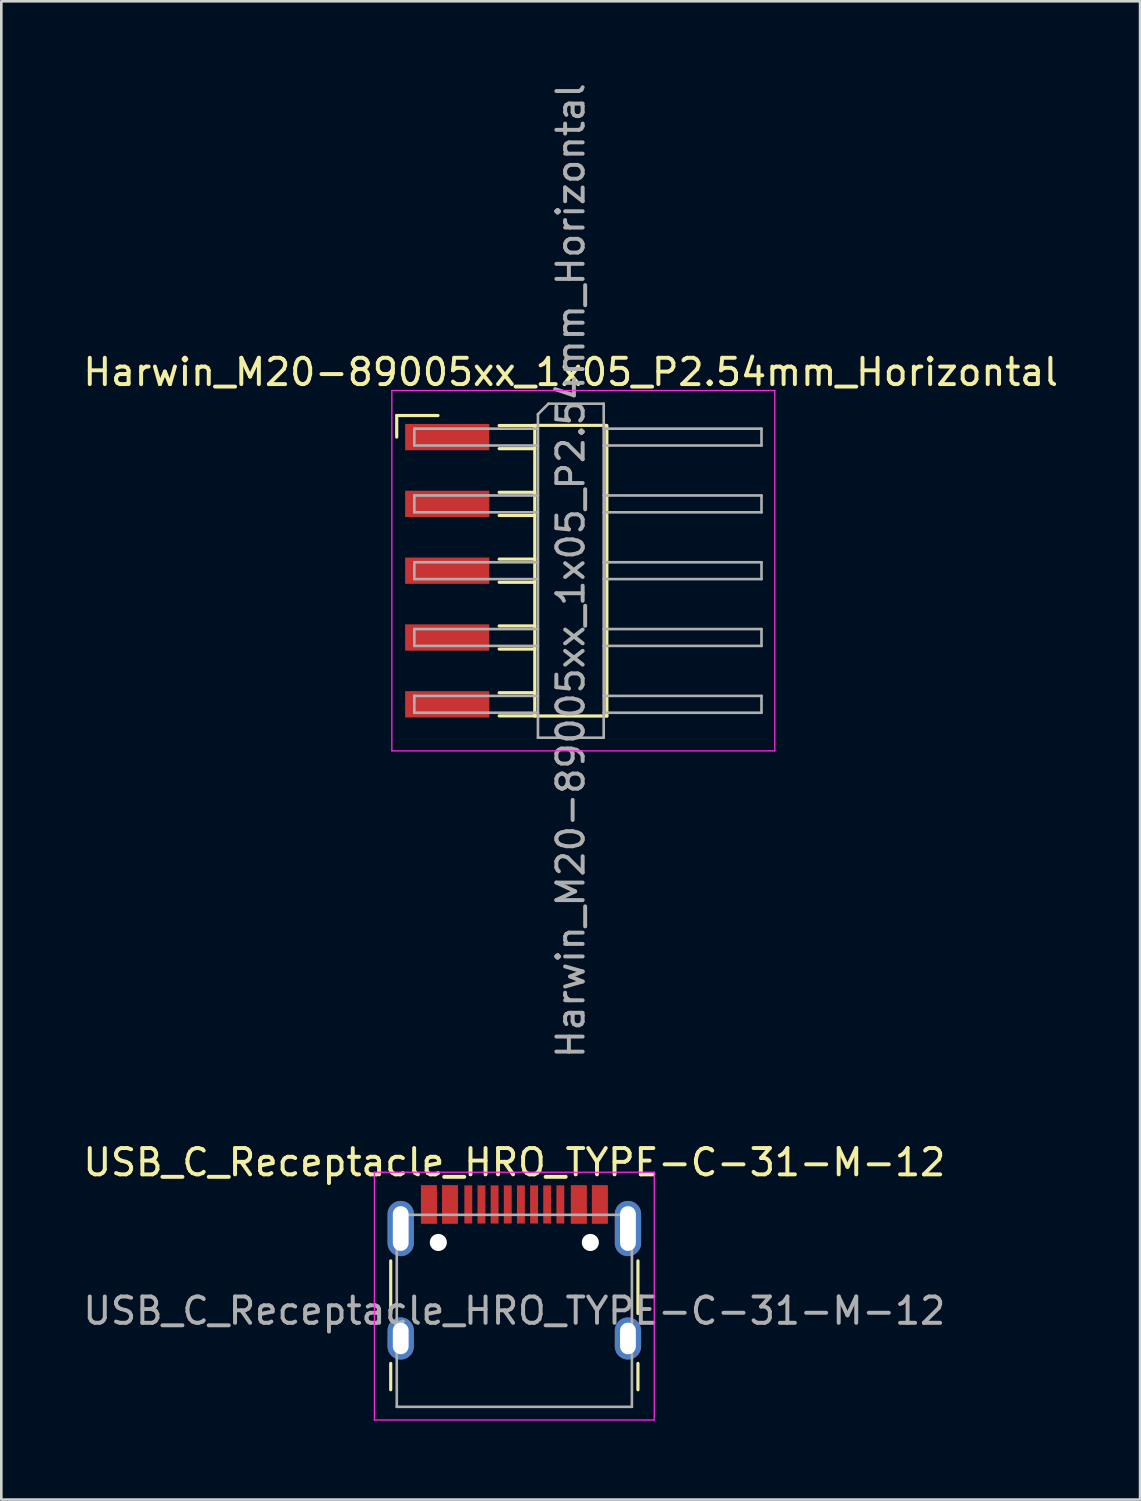
<source format=kicad_pcb>
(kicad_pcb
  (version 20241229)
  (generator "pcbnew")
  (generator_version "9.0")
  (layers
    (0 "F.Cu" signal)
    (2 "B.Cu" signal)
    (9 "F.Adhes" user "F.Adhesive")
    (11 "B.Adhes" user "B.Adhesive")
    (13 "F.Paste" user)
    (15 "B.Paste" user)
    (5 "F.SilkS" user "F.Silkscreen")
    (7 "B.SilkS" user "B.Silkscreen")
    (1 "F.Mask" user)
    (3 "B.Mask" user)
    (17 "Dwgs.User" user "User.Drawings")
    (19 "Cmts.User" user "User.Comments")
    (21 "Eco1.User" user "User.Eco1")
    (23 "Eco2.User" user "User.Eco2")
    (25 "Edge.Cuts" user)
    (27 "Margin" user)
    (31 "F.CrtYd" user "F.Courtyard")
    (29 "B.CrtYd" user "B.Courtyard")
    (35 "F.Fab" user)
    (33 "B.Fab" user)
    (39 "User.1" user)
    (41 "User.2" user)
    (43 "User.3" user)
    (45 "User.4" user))
  (footprint "USB_C_Receptacle_HRO_TYPE-C-31-M-12"
    (layer "F.Cu")
    (at 16.506 46.791)
    (property "Reference" "USB_C_Receptacle_HRO_TYPE-C-31-M-12" (at 0 -5.645 0) (layer "F.SilkS") (effects (font (size 1 1) (thickness 0.15))))
    (attr smd)
    (fp_line (start -4.7 -1.9) (end -4.7 0.1) (stroke (width 0.12) (type solid)) (layer "F.SilkS"))
    (fp_line (start -4.7 2) (end -4.7 3) (stroke (width 0.12) (type solid)) (layer "F.SilkS"))
    (fp_line (start 4.7 -1.9) (end 4.7 0.1) (stroke (width 0.12) (type solid)) (layer "F.SilkS"))
    (fp_line (start 4.7 2) (end 4.7 3) (stroke (width 0.12) (type solid)) (layer "F.SilkS"))
    (fp_line (start -5.32 -5.27) (end -5.32 4.15) (stroke (width 0.05) (type solid)) (layer "F.CrtYd"))
    (fp_line (start -5.32 -5.27) (end 5.32 -5.27) (stroke (width 0.05) (type solid)) (layer "F.CrtYd"))
    (fp_line (start -5.32 4.15) (end 5.32 4.15) (stroke (width 0.05) (type solid)) (layer "F.CrtYd"))
    (fp_line (start 5.32 -5.27) (end 5.32 4.15) (stroke (width 0.05) (type solid)) (layer "F.CrtYd"))
    (fp_line (start -4.47 -3.65) (end -4.47 3.65) (stroke (width 0.1) (type solid)) (layer "F.Fab"))
    (fp_line (start -4.47 -3.65) (end 4.47 -3.65) (stroke (width 0.1) (type solid)) (layer "F.Fab"))
    (fp_line (start -4.47 3.65) (end 4.47 3.65) (stroke (width 0.1) (type solid)) (layer "F.Fab"))
    (fp_line (start 4.47 -3.65) (end 4.47 3.65) (stroke (width 0.1) (type solid)) (layer "F.Fab"))
    (fp_text user "${REFERENCE}" (at 0 0 0) (layer "F.Fab") (effects (font (size 1 1) (thickness 0.15))))
    (pad "" np_thru_hole circle (at -2.89 -2.6) (size 0.65 0.65) (drill 0.65) (layers "*.Cu" "*.Mask"))
    (pad "" np_thru_hole circle (at 2.89 -2.6) (size 0.65 0.65) (drill 0.65) (layers "*.Cu" "*.Mask"))
    (pad "A1" smd rect (at -3.25 -4.045) (size 0.6 1.45) (layers "F.Cu" "F.Mask" "F.Paste"))
    (pad "A4" smd rect (at -2.45 -4.045) (size 0.6 1.45) (layers "F.Cu" "F.Mask" "F.Paste"))
    (pad "A5" smd rect (at -1.25 -4.045) (size 0.3 1.45) (layers "F.Cu" "F.Mask" "F.Paste"))
    (pad "A6" smd rect (at -0.25 -4.045) (size 0.3 1.45) (layers "F.Cu" "F.Mask" "F.Paste"))
    (pad "A7" smd rect (at 0.25 -4.045) (size 0.3 1.45) (layers "F.Cu" "F.Mask" "F.Paste"))
    (pad "A8" smd rect (at 1.25 -4.045) (size 0.3 1.45) (layers "F.Cu" "F.Mask" "F.Paste"))
    (pad "A9" smd rect (at 2.45 -4.045) (size 0.6 1.45) (layers "F.Cu" "F.Mask" "F.Paste"))
    (pad "A12" smd rect (at 3.25 -4.045) (size 0.6 1.45) (layers "F.Cu" "F.Mask" "F.Paste"))
    (pad "B1" smd rect (at 3.25 -4.045) (size 0.6 1.45) (layers "F.Cu" "F.Mask" "F.Paste"))
    (pad "B4" smd rect (at 2.45 -4.045) (size 0.6 1.45) (layers "F.Cu" "F.Mask" "F.Paste"))
    (pad "B5" smd rect (at 1.75 -4.045) (size 0.3 1.45) (layers "F.Cu" "F.Mask" "F.Paste"))
    (pad "B6" smd rect (at 0.75 -4.045) (size 0.3 1.45) (layers "F.Cu" "F.Mask" "F.Paste"))
    (pad "B7" smd rect (at -0.75 -4.045) (size 0.3 1.45) (layers "F.Cu" "F.Mask" "F.Paste"))
    (pad "B8" smd rect (at -1.75 -4.045) (size 0.3 1.45) (layers "F.Cu" "F.Mask" "F.Paste"))
    (pad "B9" smd rect (at -2.45 -4.045) (size 0.6 1.45) (layers "F.Cu" "F.Mask" "F.Paste"))
    (pad "B12" smd rect (at -3.25 -4.045) (size 0.6 1.45) (layers "F.Cu" "F.Mask" "F.Paste"))
    (pad "S1" thru_hole oval (at -4.32 -3.13) (size 1 2.1) (drill oval 0.6 1.7) (layers "*.Cu" "*.Mask"))
    (pad "S1" thru_hole oval (at -4.32 1.05) (size 1 1.6) (drill oval 0.6 1.2) (layers "*.Cu" "*.Mask"))
    (pad "S1" thru_hole oval (at 4.32 -3.13) (size 1 2.1) (drill oval 0.6 1.7) (layers "*.Cu" "*.Mask"))
    (pad "S1" thru_hole oval (at 4.32 1.05) (size 1 1.6) (drill oval 0.6 1.2) (layers "*.Cu" "*.Mask")))
  (footprint "Harwin_M20-89005xx_1x05_P2.54mm_Horizontal"
    (layer "F.Cu")
    (at 19.129 18.649)
    (property "Reference" "Harwin_M20-89005xx_1x05_P2.54mm_Horizontal" (at -0.48 -7.55 0) (layer "F.SilkS") (effects (font (size 1 1) (thickness 0.15))))
    (attr smd)
    (fp_line (start -7.095 -5.9) (end -5.525 -5.9) (stroke (width 0.12) (type solid)) (layer "F.SilkS"))
    (fp_line (start -7.095 -5.08) (end -7.095 -5.9) (stroke (width 0.12) (type solid)) (layer "F.SilkS"))
    (fp_line (start -3.2 -5.52) (end -1.845 -5.52) (stroke (width 0.12) (type solid)) (layer "F.SilkS"))
    (fp_line (start -3.2 -4.64) (end -1.845 -4.64) (stroke (width 0.12) (type solid)) (layer "F.SilkS"))
    (fp_line (start -3.2 -2.98) (end -1.845 -2.98) (stroke (width 0.12) (type solid)) (layer "F.SilkS"))
    (fp_line (start -3.2 -2.1) (end -1.845 -2.1) (stroke (width 0.12) (type solid)) (layer "F.SilkS"))
    (fp_line (start -3.2 -0.44) (end -1.845 -0.44) (stroke (width 0.12) (type solid)) (layer "F.SilkS"))
    (fp_line (start -3.2 0.44) (end -1.845 0.44) (stroke (width 0.12) (type solid)) (layer "F.SilkS"))
    (fp_line (start -3.2 2.1) (end -1.845 2.1) (stroke (width 0.12) (type solid)) (layer "F.SilkS"))
    (fp_line (start -3.2 2.98) (end -1.845 2.98) (stroke (width 0.12) (type solid)) (layer "F.SilkS"))
    (fp_line (start -3.2 4.64) (end -1.845 4.64) (stroke (width 0.12) (type solid)) (layer "F.SilkS"))
    (fp_line (start -3.2 5.52) (end -1.845 5.52) (stroke (width 0.12) (type solid)) (layer "F.SilkS"))
    (fp_line (start -1.87 -5.525) (end 0.87 -5.525) (stroke (width 0.12) (type solid)) (layer "F.SilkS"))
    (fp_line (start -1.845 5.52) (end -1.845 -5.52) (stroke (width 0.12) (type solid)) (layer "F.SilkS"))
    (fp_line (start 0.895 -5.52) (end 0.895 5.525) (stroke (width 0.12) (type solid)) (layer "F.SilkS"))
    (fp_line (start 0.895 5.525) (end -1.845 5.525) (stroke (width 0.12) (type solid)) (layer "F.SilkS"))
    (fp_line (start -7.28 -6.85) (end 7.28 -6.85) (stroke (width 0.05) (type solid)) (layer "F.CrtYd"))
    (fp_line (start -7.28 6.85) (end -7.28 -6.85) (stroke (width 0.05) (type solid)) (layer "F.CrtYd"))
    (fp_line (start 7.28 -6.85) (end 7.28 6.85) (stroke (width 0.05) (type solid)) (layer "F.CrtYd"))
    (fp_line (start 7.28 6.85) (end -7.28 6.85) (stroke (width 0.05) (type solid)) (layer "F.CrtYd"))
    (fp_line (start -6.425 -5.4) (end -6.425 -4.76) (stroke (width 0.1) (type solid)) (layer "F.Fab"))
    (fp_line (start -6.425 -4.76) (end -1.725 -4.76) (stroke (width 0.1) (type solid)) (layer "F.Fab"))
    (fp_line (start -6.425 -2.86) (end -6.425 -2.22) (stroke (width 0.1) (type solid)) (layer "F.Fab"))
    (fp_line (start -6.425 -2.22) (end -1.725 -2.22) (stroke (width 0.1) (type solid)) (layer "F.Fab"))
    (fp_line (start -6.425 -0.32) (end -6.425 0.32) (stroke (width 0.1) (type solid)) (layer "F.Fab"))
    (fp_line (start -6.425 0.32) (end -1.725 0.32) (stroke (width 0.1) (type solid)) (layer "F.Fab"))
    (fp_line (start -6.425 2.22) (end -6.425 2.86) (stroke (width 0.1) (type solid)) (layer "F.Fab"))
    (fp_line (start -6.425 2.86) (end -1.725 2.86) (stroke (width 0.1) (type solid)) (layer "F.Fab"))
    (fp_line (start -6.425 4.76) (end -6.425 5.4) (stroke (width 0.1) (type solid)) (layer "F.Fab"))
    (fp_line (start -6.425 5.4) (end -1.725 5.4) (stroke (width 0.1) (type solid)) (layer "F.Fab"))
    (fp_line (start -1.725 -5.95) (end -1.325 -6.35) (stroke (width 0.1) (type solid)) (layer "F.Fab"))
    (fp_line (start -1.725 -5.4) (end -6.425 -5.4) (stroke (width 0.1) (type solid)) (layer "F.Fab"))
    (fp_line (start -1.725 -2.86) (end -6.425 -2.86) (stroke (width 0.1) (type solid)) (layer "F.Fab"))
    (fp_line (start -1.725 -0.32) (end -6.425 -0.32) (stroke (width 0.1) (type solid)) (layer "F.Fab"))
    (fp_line (start -1.725 2.22) (end -6.425 2.22) (stroke (width 0.1) (type solid)) (layer "F.Fab"))
    (fp_line (start -1.725 4.76) (end -6.425 4.76) (stroke (width 0.1) (type solid)) (layer "F.Fab"))
    (fp_line (start -1.725 6.35) (end -1.725 -5.95) (stroke (width 0.1) (type solid)) (layer "F.Fab"))
    (fp_line (start -1.325 -6.35) (end 0.775 -6.35) (stroke (width 0.1) (type solid)) (layer "F.Fab"))
    (fp_line (start 0.775 -6.35) (end 0.775 6.35) (stroke (width 0.1) (type solid)) (layer "F.Fab"))
    (fp_line (start 0.775 -5.4) (end 6.775 -5.4) (stroke (width 0.1) (type solid)) (layer "F.Fab"))
    (fp_line (start 0.775 -2.86) (end 6.775 -2.86) (stroke (width 0.1) (type solid)) (layer "F.Fab"))
    (fp_line (start 0.775 -0.32) (end 6.775 -0.32) (stroke (width 0.1) (type solid)) (layer "F.Fab"))
    (fp_line (start 0.775 2.22) (end 6.775 2.22) (stroke (width 0.1) (type solid)) (layer "F.Fab"))
    (fp_line (start 0.775 4.76) (end 6.775 4.76) (stroke (width 0.1) (type solid)) (layer "F.Fab"))
    (fp_line (start 0.775 6.35) (end -1.725 6.35) (stroke (width 0.1) (type solid)) (layer "F.Fab"))
    (fp_line (start 6.775 -5.4) (end 6.775 -4.76) (stroke (width 0.1) (type solid)) (layer "F.Fab"))
    (fp_line (start 6.775 -4.76) (end 0.775 -4.76) (stroke (width 0.1) (type solid)) (layer "F.Fab"))
    (fp_line (start 6.775 -2.86) (end 6.775 -2.22) (stroke (width 0.1) (type solid)) (layer "F.Fab"))
    (fp_line (start 6.775 -2.22) (end 0.775 -2.22) (stroke (width 0.1) (type solid)) (layer "F.Fab"))
    (fp_line (start 6.775 -0.32) (end 6.775 0.32) (stroke (width 0.1) (type solid)) (layer "F.Fab"))
    (fp_line (start 6.775 0.32) (end 0.775 0.32) (stroke (width 0.1) (type solid)) (layer "F.Fab"))
    (fp_line (start 6.775 2.22) (end 6.775 2.86) (stroke (width 0.1) (type solid)) (layer "F.Fab"))
    (fp_line (start 6.775 2.86) (end 0.775 2.86) (stroke (width 0.1) (type solid)) (layer "F.Fab"))
    (fp_line (start 6.775 4.76) (end 6.775 5.4) (stroke (width 0.1) (type solid)) (layer "F.Fab"))
    (fp_line (start 6.775 5.4) (end 0.775 5.4) (stroke (width 0.1) (type solid)) (layer "F.Fab"))
    (fp_text user "${REFERENCE}" (at -0.48 0 90) (layer "F.Fab") (effects (font (size 1 1) (thickness 0.15))))
    (pad "1" smd rect (at -5.175 -5.08) (size 3.2 1) (layers "F.Cu" "F.Mask" "F.Paste"))
    (pad "2" smd rect (at -5.175 -2.54) (size 3.2 1) (layers "F.Cu" "F.Mask" "F.Paste"))
    (pad "3" smd rect (at -5.175 0) (size 3.2 1) (layers "F.Cu" "F.Mask" "F.Paste"))
    (pad "4" smd rect (at -5.175 2.54) (size 3.2 1) (layers "F.Cu" "F.Mask" "F.Paste"))
    (pad "5" smd rect (at -5.175 5.08) (size 3.2 1) (layers "F.Cu" "F.Mask" "F.Paste")))
  (gr_rect
    (start -3 -3)
    (end 40.298 53.966)
    (stroke (width 0.1) (type default))
    (fill no)
    (layer "Edge.Cuts")))
</source>
